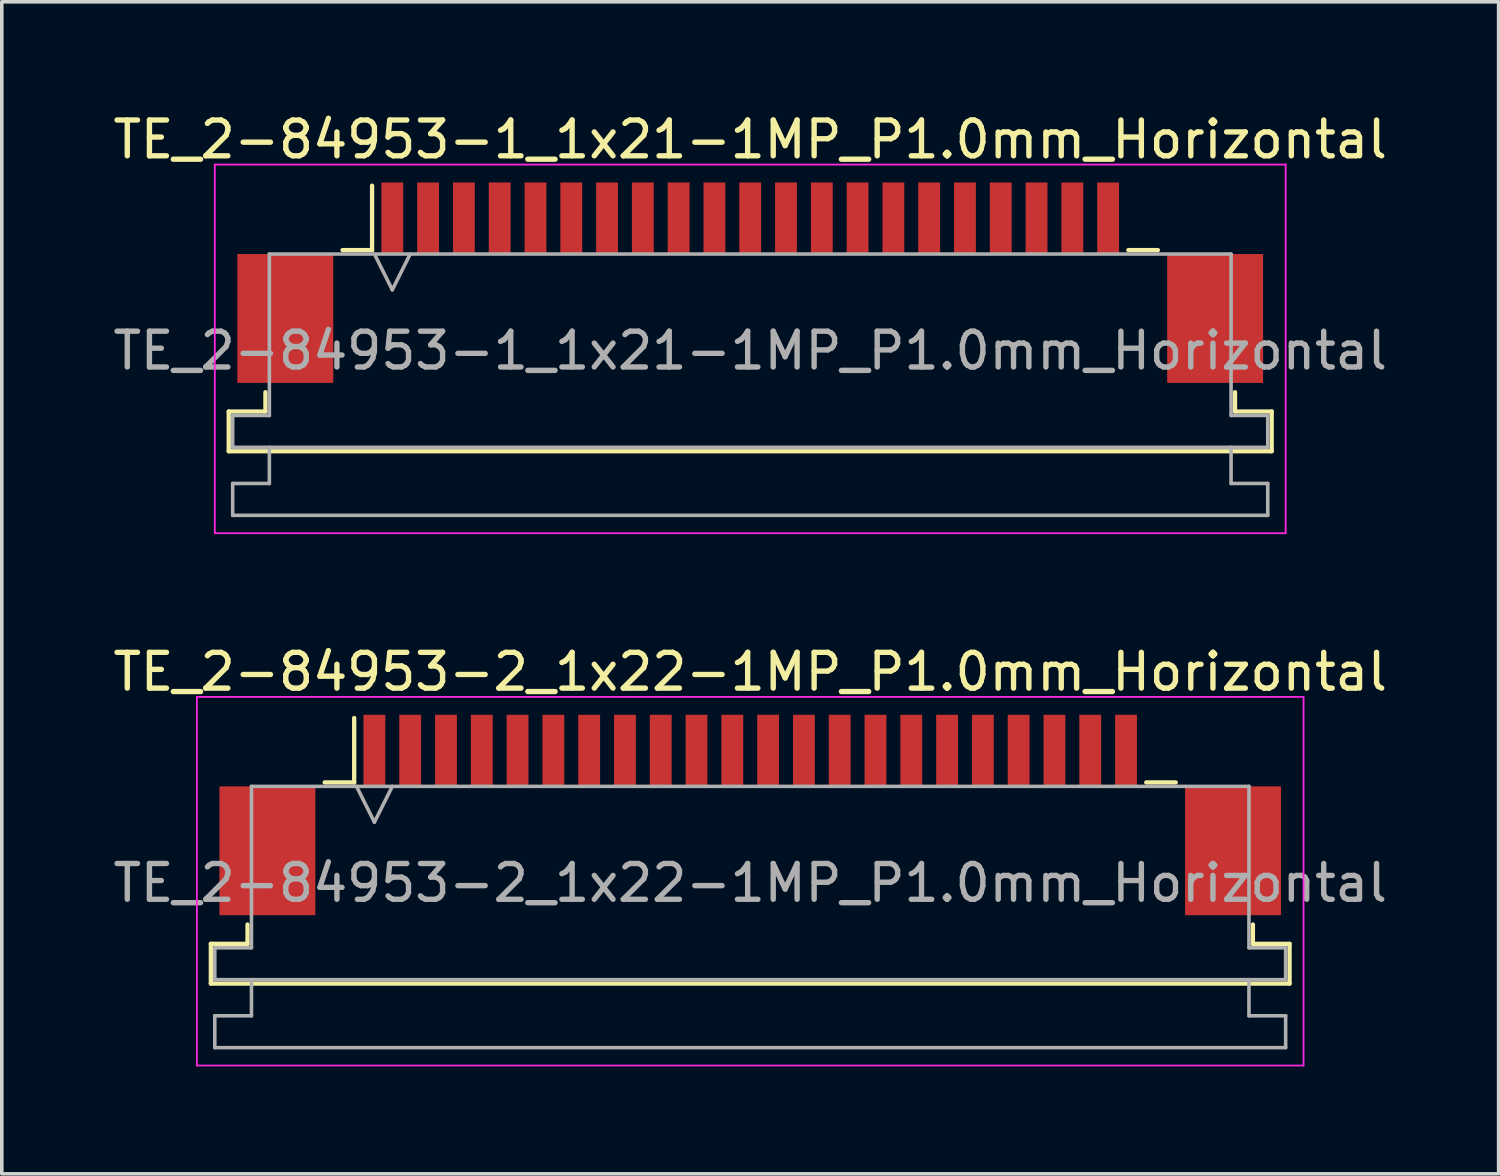
<source format=kicad_pcb>
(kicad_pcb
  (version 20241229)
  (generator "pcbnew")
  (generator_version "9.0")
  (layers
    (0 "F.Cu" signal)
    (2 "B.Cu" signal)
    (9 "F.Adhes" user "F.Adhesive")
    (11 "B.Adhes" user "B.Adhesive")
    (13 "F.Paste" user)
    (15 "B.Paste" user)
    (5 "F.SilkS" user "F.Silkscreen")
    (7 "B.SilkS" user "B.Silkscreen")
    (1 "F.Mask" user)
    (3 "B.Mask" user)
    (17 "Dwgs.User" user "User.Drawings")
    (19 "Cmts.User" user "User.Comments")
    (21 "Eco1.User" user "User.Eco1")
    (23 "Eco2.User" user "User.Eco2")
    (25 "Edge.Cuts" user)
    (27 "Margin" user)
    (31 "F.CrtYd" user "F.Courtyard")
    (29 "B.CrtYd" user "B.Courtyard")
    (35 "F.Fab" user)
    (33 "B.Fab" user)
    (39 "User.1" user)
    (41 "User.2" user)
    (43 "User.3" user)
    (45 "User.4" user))
  (footprint "TE_2-84953-1_1x21-1MP_P1.0mm_Horizontal"
    (layer "F.Cu")
    (at 17.911 4.848)
    (property "Reference" "TE_2-84953-1_1x21-1MP_P1.0mm_Horizontal" (at 0 -4 0) (layer "F.SilkS") (effects (font (size 1 1) (thickness 0.15))))
    (attr smd)
    (fp_line (start -14.57 3.6) (end -13.545 3.6) (stroke (width 0.12) (type solid)) (layer "F.SilkS"))
    (fp_line (start -14.57 4.71) (end -14.57 3.6) (stroke (width 0.12) (type solid)) (layer "F.SilkS"))
    (fp_line (start -13.545 3.6) (end -13.545 3.06) (stroke (width 0.12) (type solid)) (layer "F.SilkS"))
    (fp_line (start -11.39 -0.91) (end -10.565 -0.91) (stroke (width 0.12) (type solid)) (layer "F.SilkS"))
    (fp_line (start -10.565 -0.91) (end -10.565 -2.71) (stroke (width 0.12) (type solid)) (layer "F.SilkS"))
    (fp_line (start 10.565 -0.91) (end 11.39 -0.91) (stroke (width 0.12) (type solid)) (layer "F.SilkS"))
    (fp_line (start 13.545 3.06) (end 13.545 3.6) (stroke (width 0.12) (type solid)) (layer "F.SilkS"))
    (fp_line (start 13.545 3.6) (end 14.57 3.6) (stroke (width 0.12) (type solid)) (layer "F.SilkS"))
    (fp_line (start 14.57 3.6) (end 14.57 4.71) (stroke (width 0.12) (type solid)) (layer "F.SilkS"))
    (fp_line (start 14.57 4.71) (end -14.57 4.71) (stroke (width 0.12) (type solid)) (layer "F.SilkS"))
    (fp_line (start -14.96 -3.3) (end -14.96 7) (stroke (width 0.05) (type solid)) (layer "F.CrtYd"))
    (fp_line (start -14.96 7) (end 14.96 7) (stroke (width 0.05) (type solid)) (layer "F.CrtYd"))
    (fp_line (start 14.96 -3.3) (end -14.96 -3.3) (stroke (width 0.05) (type solid)) (layer "F.CrtYd"))
    (fp_line (start 14.96 7) (end 14.96 -3.3) (stroke (width 0.05) (type solid)) (layer "F.CrtYd"))
    (fp_line (start -14.46 3.71) (end -13.435 3.71) (stroke (width 0.1) (type solid)) (layer "F.Fab"))
    (fp_line (start -14.46 4.6) (end -14.46 3.71) (stroke (width 0.1) (type solid)) (layer "F.Fab"))
    (fp_line (start -14.46 5.61) (end -13.435 5.61) (stroke (width 0.1) (type solid)) (layer "F.Fab"))
    (fp_line (start -14.46 6.5) (end -14.46 5.61) (stroke (width 0.1) (type solid)) (layer "F.Fab"))
    (fp_line (start -13.435 -0.8) (end 13.435 -0.8) (stroke (width 0.1) (type solid)) (layer "F.Fab"))
    (fp_line (start -13.435 3.71) (end -13.435 -0.8) (stroke (width 0.1) (type solid)) (layer "F.Fab"))
    (fp_line (start -13.435 5.61) (end -13.435 4.6) (stroke (width 0.1) (type solid)) (layer "F.Fab"))
    (fp_line (start -10.5 -0.8) (end -10 0.2) (stroke (width 0.1) (type solid)) (layer "F.Fab"))
    (fp_line (start -10 0.2) (end -9.5 -0.8) (stroke (width 0.1) (type solid)) (layer "F.Fab"))
    (fp_line (start 13.435 -0.8) (end 13.435 3.71) (stroke (width 0.1) (type solid)) (layer "F.Fab"))
    (fp_line (start 13.435 3.71) (end 14.46 3.71) (stroke (width 0.1) (type solid)) (layer "F.Fab"))
    (fp_line (start 13.435 4.6) (end 13.435 5.61) (stroke (width 0.1) (type solid)) (layer "F.Fab"))
    (fp_line (start 13.435 5.61) (end 14.46 5.61) (stroke (width 0.1) (type solid)) (layer "F.Fab"))
    (fp_line (start 14.46 3.71) (end 14.46 4.6) (stroke (width 0.1) (type solid)) (layer "F.Fab"))
    (fp_line (start 14.46 4.6) (end -14.46 4.6) (stroke (width 0.1) (type solid)) (layer "F.Fab"))
    (fp_line (start 14.46 5.61) (end 14.46 6.5) (stroke (width 0.1) (type solid)) (layer "F.Fab"))
    (fp_line (start 14.46 6.5) (end -14.46 6.5) (stroke (width 0.1) (type solid)) (layer "F.Fab"))
    (fp_text user "${REFERENCE}" (at 0 1.9 0) (layer "F.Fab") (effects (font (size 1 1) (thickness 0.15))))
    (pad "1" smd rect (at -10 -1.8) (size 0.61 2) (layers "F.Cu" "F.Mask" "F.Paste"))
    (pad "2" smd rect (at -9 -1.8) (size 0.61 2) (layers "F.Cu" "F.Mask" "F.Paste"))
    (pad "3" smd rect (at -8 -1.8) (size 0.61 2) (layers "F.Cu" "F.Mask" "F.Paste"))
    (pad "4" smd rect (at -7 -1.8) (size 0.61 2) (layers "F.Cu" "F.Mask" "F.Paste"))
    (pad "5" smd rect (at -6 -1.8) (size 0.61 2) (layers "F.Cu" "F.Mask" "F.Paste"))
    (pad "6" smd rect (at -5 -1.8) (size 0.61 2) (layers "F.Cu" "F.Mask" "F.Paste"))
    (pad "7" smd rect (at -4 -1.8) (size 0.61 2) (layers "F.Cu" "F.Mask" "F.Paste"))
    (pad "8" smd rect (at -3 -1.8) (size 0.61 2) (layers "F.Cu" "F.Mask" "F.Paste"))
    (pad "9" smd rect (at -2 -1.8) (size 0.61 2) (layers "F.Cu" "F.Mask" "F.Paste"))
    (pad "10" smd rect (at -1 -1.8) (size 0.61 2) (layers "F.Cu" "F.Mask" "F.Paste"))
    (pad "11" smd rect (at 0 -1.8) (size 0.61 2) (layers "F.Cu" "F.Mask" "F.Paste"))
    (pad "12" smd rect (at 1 -1.8) (size 0.61 2) (layers "F.Cu" "F.Mask" "F.Paste"))
    (pad "13" smd rect (at 2 -1.8) (size 0.61 2) (layers "F.Cu" "F.Mask" "F.Paste"))
    (pad "14" smd rect (at 3 -1.8) (size 0.61 2) (layers "F.Cu" "F.Mask" "F.Paste"))
    (pad "15" smd rect (at 4 -1.8) (size 0.61 2) (layers "F.Cu" "F.Mask" "F.Paste"))
    (pad "16" smd rect (at 5 -1.8) (size 0.61 2) (layers "F.Cu" "F.Mask" "F.Paste"))
    (pad "17" smd rect (at 6 -1.8) (size 0.61 2) (layers "F.Cu" "F.Mask" "F.Paste"))
    (pad "18" smd rect (at 7 -1.8) (size 0.61 2) (layers "F.Cu" "F.Mask" "F.Paste"))
    (pad "19" smd rect (at 8 -1.8) (size 0.61 2) (layers "F.Cu" "F.Mask" "F.Paste"))
    (pad "20" smd rect (at 9 -1.8) (size 0.61 2) (layers "F.Cu" "F.Mask" "F.Paste"))
    (pad "21" smd rect (at 10 -1.8) (size 0.61 2) (layers "F.Cu" "F.Mask" "F.Paste"))
    (pad "MP" smd rect (at -12.99 1) (size 2.68 3.6) (layers "F.Cu" "F.Mask" "F.Paste"))
    (pad "MP" smd rect (at 12.99 1) (size 2.68 3.6) (layers "F.Cu" "F.Mask" "F.Paste")))
  (footprint "TE_2-84953-2_1x22-1MP_P1.0mm_Horizontal"
    (layer "F.Cu")
    (at 17.911 19.721)
    (property "Reference" "TE_2-84953-2_1x22-1MP_P1.0mm_Horizontal" (at 0 -4 0) (layer "F.SilkS") (effects (font (size 1 1) (thickness 0.15))))
    (attr smd)
    (fp_line (start -15.07 3.6) (end -14.045 3.6) (stroke (width 0.12) (type solid)) (layer "F.SilkS"))
    (fp_line (start -15.07 4.71) (end -15.07 3.6) (stroke (width 0.12) (type solid)) (layer "F.SilkS"))
    (fp_line (start -14.045 3.6) (end -14.045 3.06) (stroke (width 0.12) (type solid)) (layer "F.SilkS"))
    (fp_line (start -11.89 -0.91) (end -11.065 -0.91) (stroke (width 0.12) (type solid)) (layer "F.SilkS"))
    (fp_line (start -11.065 -0.91) (end -11.065 -2.71) (stroke (width 0.12) (type solid)) (layer "F.SilkS"))
    (fp_line (start 11.065 -0.91) (end 11.89 -0.91) (stroke (width 0.12) (type solid)) (layer "F.SilkS"))
    (fp_line (start 14.045 3.06) (end 14.045 3.6) (stroke (width 0.12) (type solid)) (layer "F.SilkS"))
    (fp_line (start 14.045 3.6) (end 15.07 3.6) (stroke (width 0.12) (type solid)) (layer "F.SilkS"))
    (fp_line (start 15.07 3.6) (end 15.07 4.71) (stroke (width 0.12) (type solid)) (layer "F.SilkS"))
    (fp_line (start 15.07 4.71) (end -15.07 4.71) (stroke (width 0.12) (type solid)) (layer "F.SilkS"))
    (fp_line (start -15.46 -3.3) (end -15.46 7) (stroke (width 0.05) (type solid)) (layer "F.CrtYd"))
    (fp_line (start -15.46 7) (end 15.46 7) (stroke (width 0.05) (type solid)) (layer "F.CrtYd"))
    (fp_line (start 15.46 -3.3) (end -15.46 -3.3) (stroke (width 0.05) (type solid)) (layer "F.CrtYd"))
    (fp_line (start 15.46 7) (end 15.46 -3.3) (stroke (width 0.05) (type solid)) (layer "F.CrtYd"))
    (fp_line (start -14.96 3.71) (end -13.935 3.71) (stroke (width 0.1) (type solid)) (layer "F.Fab"))
    (fp_line (start -14.96 4.6) (end -14.96 3.71) (stroke (width 0.1) (type solid)) (layer "F.Fab"))
    (fp_line (start -14.96 5.61) (end -13.935 5.61) (stroke (width 0.1) (type solid)) (layer "F.Fab"))
    (fp_line (start -14.96 6.5) (end -14.96 5.61) (stroke (width 0.1) (type solid)) (layer "F.Fab"))
    (fp_line (start -13.935 -0.8) (end 13.935 -0.8) (stroke (width 0.1) (type solid)) (layer "F.Fab"))
    (fp_line (start -13.935 3.71) (end -13.935 -0.8) (stroke (width 0.1) (type solid)) (layer "F.Fab"))
    (fp_line (start -13.935 5.61) (end -13.935 4.6) (stroke (width 0.1) (type solid)) (layer "F.Fab"))
    (fp_line (start -11 -0.8) (end -10.5 0.2) (stroke (width 0.1) (type solid)) (layer "F.Fab"))
    (fp_line (start -10.5 0.2) (end -10 -0.8) (stroke (width 0.1) (type solid)) (layer "F.Fab"))
    (fp_line (start 13.935 -0.8) (end 13.935 3.71) (stroke (width 0.1) (type solid)) (layer "F.Fab"))
    (fp_line (start 13.935 3.71) (end 14.96 3.71) (stroke (width 0.1) (type solid)) (layer "F.Fab"))
    (fp_line (start 13.935 4.6) (end 13.935 5.61) (stroke (width 0.1) (type solid)) (layer "F.Fab"))
    (fp_line (start 13.935 5.61) (end 14.96 5.61) (stroke (width 0.1) (type solid)) (layer "F.Fab"))
    (fp_line (start 14.96 3.71) (end 14.96 4.6) (stroke (width 0.1) (type solid)) (layer "F.Fab"))
    (fp_line (start 14.96 4.6) (end -14.96 4.6) (stroke (width 0.1) (type solid)) (layer "F.Fab"))
    (fp_line (start 14.96 5.61) (end 14.96 6.5) (stroke (width 0.1) (type solid)) (layer "F.Fab"))
    (fp_line (start 14.96 6.5) (end -14.96 6.5) (stroke (width 0.1) (type solid)) (layer "F.Fab"))
    (fp_text user "${REFERENCE}" (at 0 1.9 0) (layer "F.Fab") (effects (font (size 1 1) (thickness 0.15))))
    (pad "1" smd rect (at -10.5 -1.8) (size 0.61 2) (layers "F.Cu" "F.Mask" "F.Paste"))
    (pad "2" smd rect (at -9.5 -1.8) (size 0.61 2) (layers "F.Cu" "F.Mask" "F.Paste"))
    (pad "3" smd rect (at -8.5 -1.8) (size 0.61 2) (layers "F.Cu" "F.Mask" "F.Paste"))
    (pad "4" smd rect (at -7.5 -1.8) (size 0.61 2) (layers "F.Cu" "F.Mask" "F.Paste"))
    (pad "5" smd rect (at -6.5 -1.8) (size 0.61 2) (layers "F.Cu" "F.Mask" "F.Paste"))
    (pad "6" smd rect (at -5.5 -1.8) (size 0.61 2) (layers "F.Cu" "F.Mask" "F.Paste"))
    (pad "7" smd rect (at -4.5 -1.8) (size 0.61 2) (layers "F.Cu" "F.Mask" "F.Paste"))
    (pad "8" smd rect (at -3.5 -1.8) (size 0.61 2) (layers "F.Cu" "F.Mask" "F.Paste"))
    (pad "9" smd rect (at -2.5 -1.8) (size 0.61 2) (layers "F.Cu" "F.Mask" "F.Paste"))
    (pad "10" smd rect (at -1.5 -1.8) (size 0.61 2) (layers "F.Cu" "F.Mask" "F.Paste"))
    (pad "11" smd rect (at -0.5 -1.8) (size 0.61 2) (layers "F.Cu" "F.Mask" "F.Paste"))
    (pad "12" smd rect (at 0.5 -1.8) (size 0.61 2) (layers "F.Cu" "F.Mask" "F.Paste"))
    (pad "13" smd rect (at 1.5 -1.8) (size 0.61 2) (layers "F.Cu" "F.Mask" "F.Paste"))
    (pad "14" smd rect (at 2.5 -1.8) (size 0.61 2) (layers "F.Cu" "F.Mask" "F.Paste"))
    (pad "15" smd rect (at 3.5 -1.8) (size 0.61 2) (layers "F.Cu" "F.Mask" "F.Paste"))
    (pad "16" smd rect (at 4.5 -1.8) (size 0.61 2) (layers "F.Cu" "F.Mask" "F.Paste"))
    (pad "17" smd rect (at 5.5 -1.8) (size 0.61 2) (layers "F.Cu" "F.Mask" "F.Paste"))
    (pad "18" smd rect (at 6.5 -1.8) (size 0.61 2) (layers "F.Cu" "F.Mask" "F.Paste"))
    (pad "19" smd rect (at 7.5 -1.8) (size 0.61 2) (layers "F.Cu" "F.Mask" "F.Paste"))
    (pad "20" smd rect (at 8.5 -1.8) (size 0.61 2) (layers "F.Cu" "F.Mask" "F.Paste"))
    (pad "21" smd rect (at 9.5 -1.8) (size 0.61 2) (layers "F.Cu" "F.Mask" "F.Paste"))
    (pad "22" smd rect (at 10.5 -1.8) (size 0.61 2) (layers "F.Cu" "F.Mask" "F.Paste"))
    (pad "MP" smd rect (at -13.49 1) (size 2.68 3.6) (layers "F.Cu" "F.Mask" "F.Paste"))
    (pad "MP" smd rect (at 13.49 1) (size 2.68 3.6) (layers "F.Cu" "F.Mask" "F.Paste")))
  (gr_rect
    (start -3 -3)
    (end 38.821 29.747)
    (stroke (width 0.1) (type default))
    (fill no)
    (layer "Edge.Cuts")))
</source>
